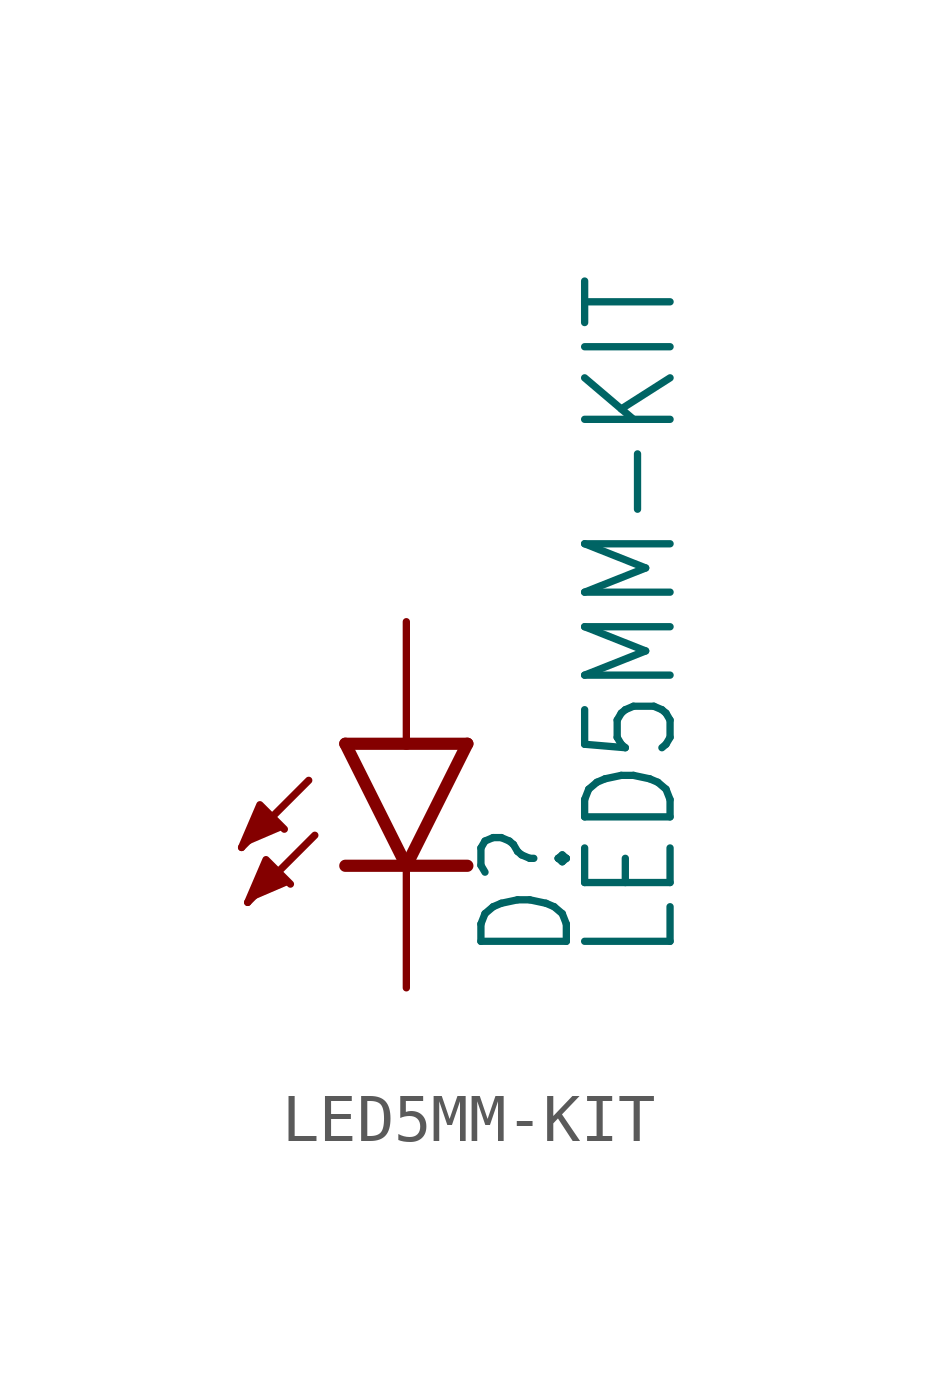
<source format=kicad_sym>
(kicad_symbol_lib
  (version 20220914)
  (generator kicad_symbol_editor)
  (symbol "LED5MM-KIT"
    (property "Reference" "D"
      (at 3.556 -4.572 90)
      (effects (font (size 1.778 1.511)) (justify left bottom)))
    (property "Value" "LED5MM-KIT"
      (at 5.715 -4.572 90)
      (effects (font (size 1.778 1.511)) (justify left bottom)))
    (property "ki_locked" ""
      (at 0 0 0)
      (effects (font (size 1.27 1.27))))
    (symbol "LED5MM-KIT_1_0"
      (polyline (pts (xy -2.032 -0.762) (xy -3.429 -2.159)) (stroke (width 0.152) (type default)) (fill (type none)))
      (polyline (pts (xy -1.905 -1.905) (xy -3.302 -3.302)) (stroke (width 0.152) (type default)) (fill (type none)))
      (polyline (pts (xy 0 -2.54) (xy -1.27 -2.54)) (stroke (width 0.254) (type default)) (fill (type none)))
      (polyline (pts (xy 0 -2.54) (xy -1.27 0)) (stroke (width 0.254) (type default)) (fill (type none)))
      (polyline (pts (xy 0 0) (xy -1.27 0)) (stroke (width 0.254) (type default)) (fill (type none)))
      (polyline (pts (xy 1.27 -2.54) (xy 0 -2.54)) (stroke (width 0.254) (type default)) (fill (type none)))
      (polyline (pts (xy 1.27 0) (xy 0 -2.54)) (stroke (width 0.254) (type default)) (fill (type none)))
      (polyline (pts (xy 1.27 0) (xy 0 0)) (stroke (width 0.254) (type default)) (fill (type none)))
      (polyline (pts (xy -3.429 -2.159) (xy -3.048 -1.27) (xy -2.54 -1.778)) (stroke (width 0) (type default)) (fill (type outline)))
      (polyline (pts (xy -3.302 -3.302) (xy -2.921 -2.413) (xy -2.413 -2.921)) (stroke (width 0) (type default)) (fill (type outline)))
      (pin passive line (at 0 2.54 270) (length 2.54) (name "A" (effects (font (size 0 0)))) (number "A" (effects (font (size 0 0)))))
      (pin passive line (at 0 -5.08 90) (length 2.54) (name "C" (effects (font (size 0 0)))) (number "K" (effects (font (size 0 0))))))))
</source>
